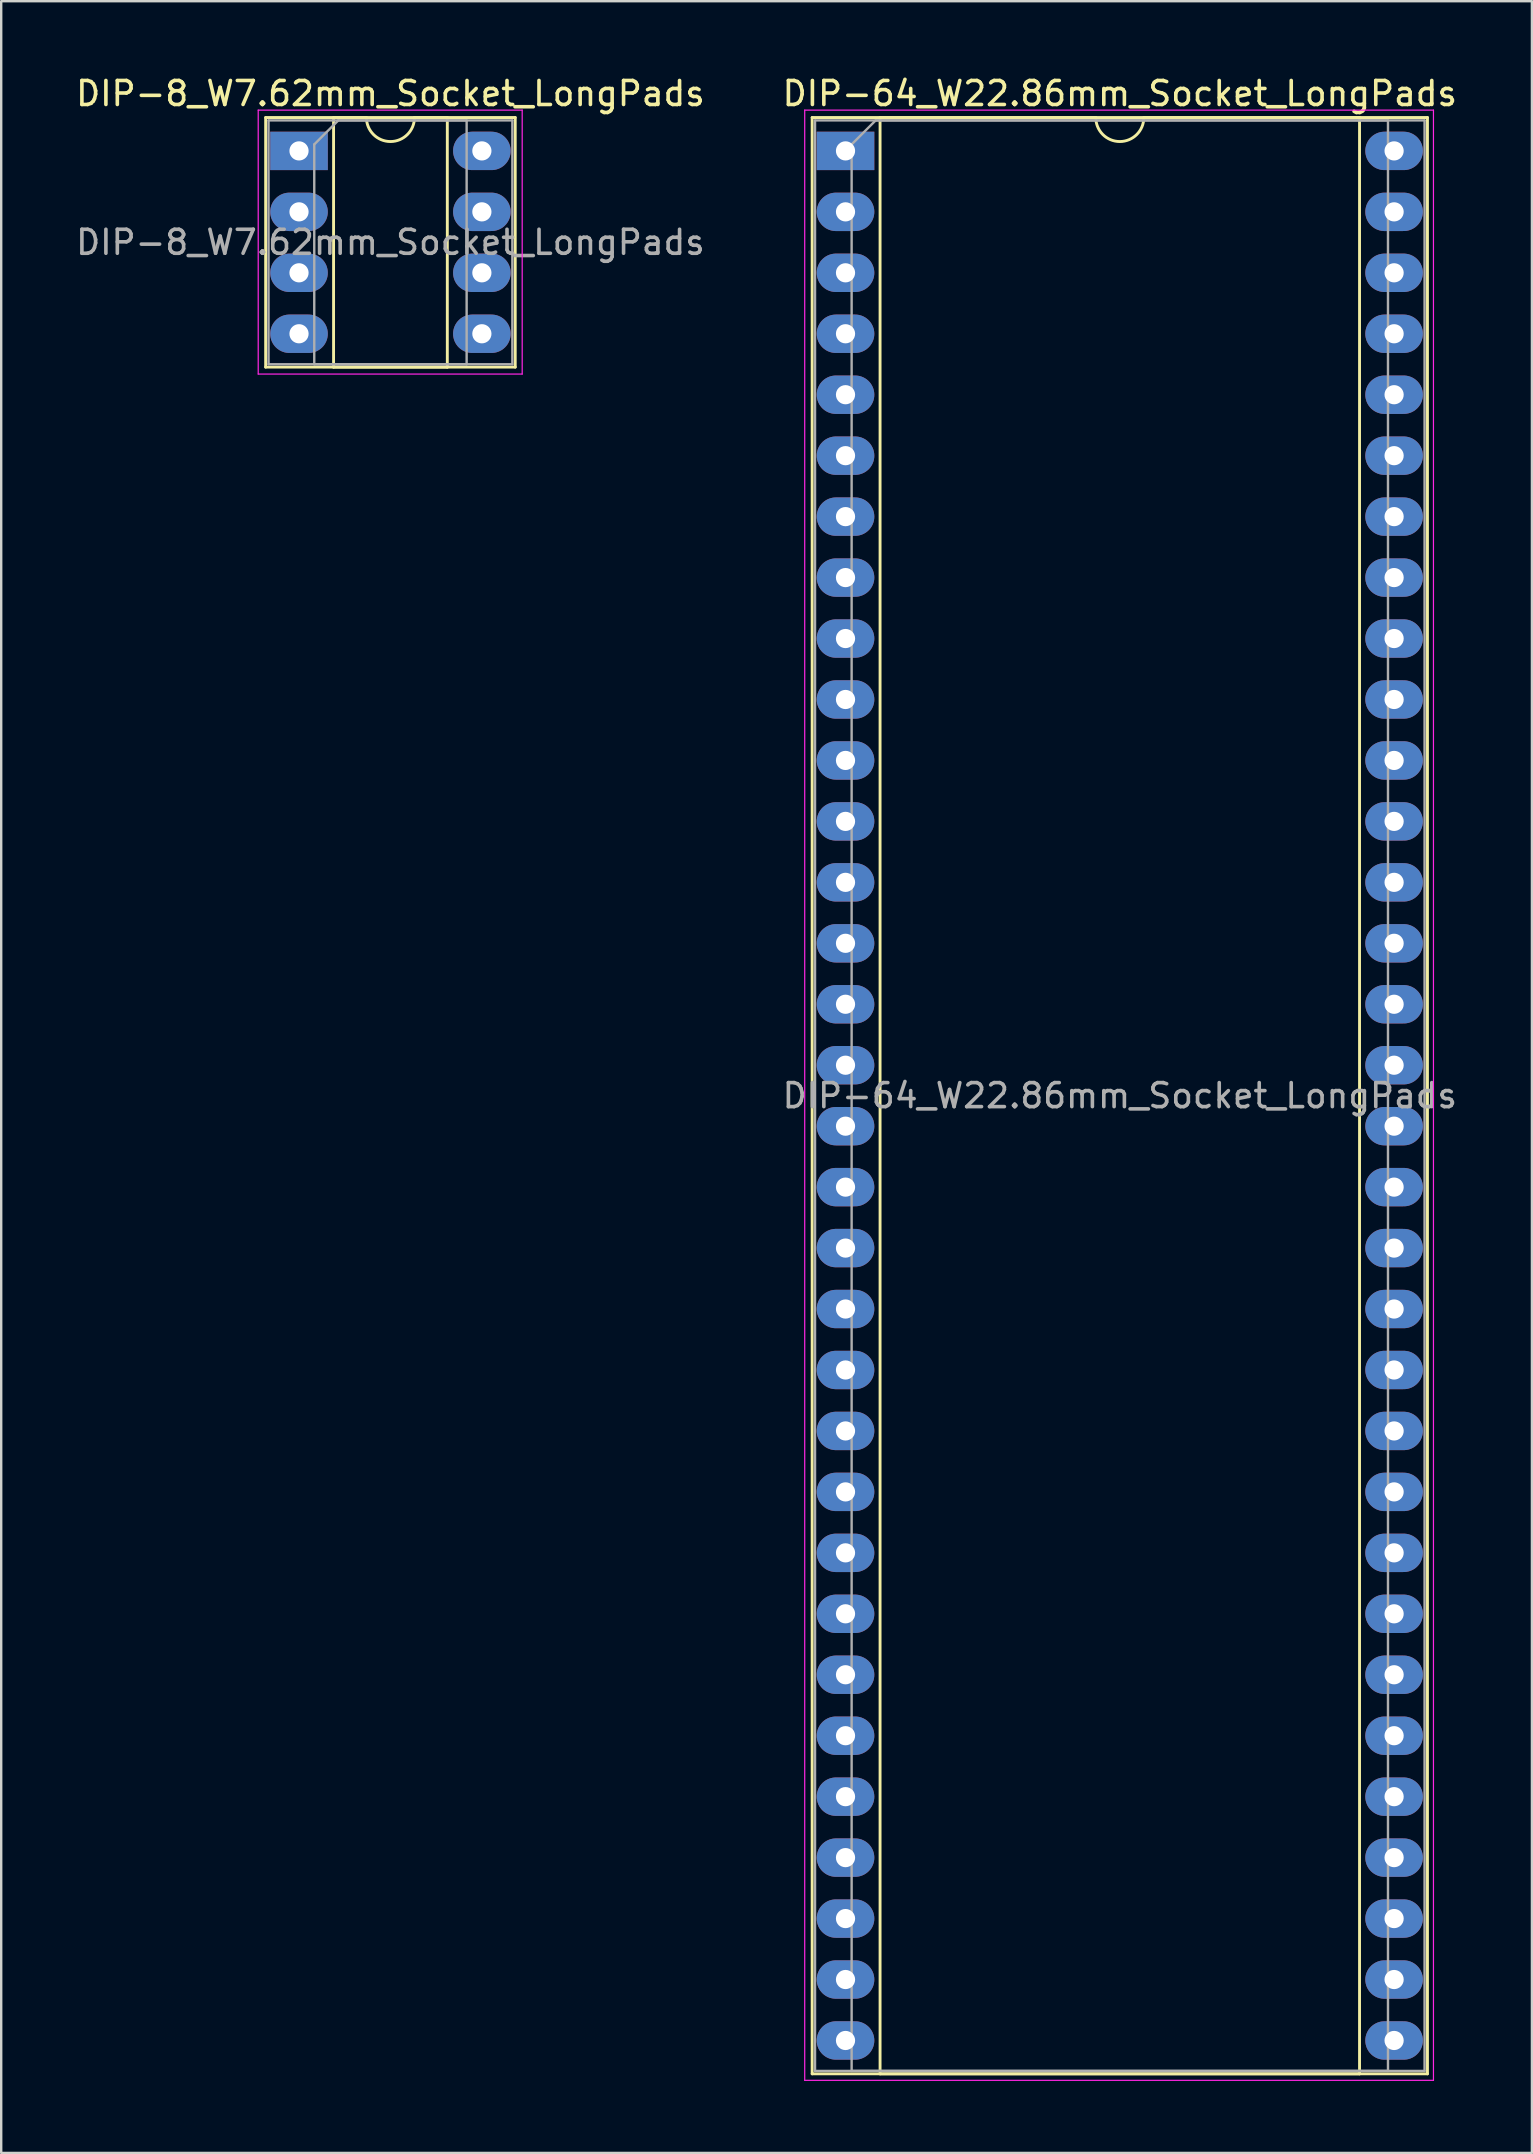
<source format=kicad_pcb>
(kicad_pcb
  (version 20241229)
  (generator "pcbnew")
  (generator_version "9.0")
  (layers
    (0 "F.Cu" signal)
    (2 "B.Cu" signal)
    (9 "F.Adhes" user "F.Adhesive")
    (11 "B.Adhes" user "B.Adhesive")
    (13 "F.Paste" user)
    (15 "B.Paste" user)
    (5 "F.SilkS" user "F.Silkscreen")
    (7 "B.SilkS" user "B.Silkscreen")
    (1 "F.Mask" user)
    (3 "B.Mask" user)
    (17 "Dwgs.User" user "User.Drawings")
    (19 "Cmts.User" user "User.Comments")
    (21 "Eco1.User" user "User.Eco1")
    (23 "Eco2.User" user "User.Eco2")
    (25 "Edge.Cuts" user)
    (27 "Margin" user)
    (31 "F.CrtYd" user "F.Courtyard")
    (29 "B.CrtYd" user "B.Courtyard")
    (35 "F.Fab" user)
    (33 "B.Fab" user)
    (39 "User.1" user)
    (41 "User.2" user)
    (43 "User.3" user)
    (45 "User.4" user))
  (footprint "DIP-8_W7.62mm_Socket_LongPads"
    (layer "F.Cu")
    (at 9.41 3.238)
    (property "Reference" "DIP-8_W7.62mm_Socket_LongPads" (at 3.81 -2.39 0) (layer "F.SilkS") (effects (font (size 1 1) (thickness 0.15))))
    (attr through_hole)
    (fp_line (start -1.39 -1.39) (end -1.39 9.01) (stroke (width 0.12) (type solid)) (layer "F.SilkS"))
    (fp_line (start -1.39 9.01) (end 9.01 9.01) (stroke (width 0.12) (type solid)) (layer "F.SilkS"))
    (fp_line (start 1.44 -1.39) (end 1.44 9.01) (stroke (width 0.12) (type solid)) (layer "F.SilkS"))
    (fp_line (start 1.44 9.01) (end 6.18 9.01) (stroke (width 0.12) (type solid)) (layer "F.SilkS"))
    (fp_line (start 2.81 -1.39) (end 1.44 -1.39) (stroke (width 0.12) (type solid)) (layer "F.SilkS"))
    (fp_line (start 6.18 -1.39) (end 4.81 -1.39) (stroke (width 0.12) (type solid)) (layer "F.SilkS"))
    (fp_line (start 6.18 9.01) (end 6.18 -1.39) (stroke (width 0.12) (type solid)) (layer "F.SilkS"))
    (fp_line (start 9.01 -1.39) (end -1.39 -1.39) (stroke (width 0.12) (type solid)) (layer "F.SilkS"))
    (fp_line (start 9.01 9.01) (end 9.01 -1.39) (stroke (width 0.12) (type solid)) (layer "F.SilkS"))
    (fp_arc (start 4.81 -1.39) (mid 3.81 -0.39) (end 2.81 -1.39) (stroke (width 0.12) (type solid)) (layer "F.SilkS"))
    (fp_line (start -1.7 -1.7) (end -1.7 9.3) (stroke (width 0.05) (type solid)) (layer "F.CrtYd"))
    (fp_line (start -1.7 9.3) (end 9.3 9.3) (stroke (width 0.05) (type solid)) (layer "F.CrtYd"))
    (fp_line (start 9.3 -1.7) (end -1.7 -1.7) (stroke (width 0.05) (type solid)) (layer "F.CrtYd"))
    (fp_line (start 9.3 9.3) (end 9.3 -1.7) (stroke (width 0.05) (type solid)) (layer "F.CrtYd"))
    (fp_line (start -1.27 -1.27) (end -1.27 8.89) (stroke (width 0.1) (type solid)) (layer "F.Fab"))
    (fp_line (start -1.27 8.89) (end 8.89 8.89) (stroke (width 0.1) (type solid)) (layer "F.Fab"))
    (fp_line (start 0.635 -0.27) (end 1.635 -1.27) (stroke (width 0.1) (type solid)) (layer "F.Fab"))
    (fp_line (start 0.635 8.89) (end 0.635 -0.27) (stroke (width 0.1) (type solid)) (layer "F.Fab"))
    (fp_line (start 1.635 -1.27) (end 6.985 -1.27) (stroke (width 0.1) (type solid)) (layer "F.Fab"))
    (fp_line (start 6.985 -1.27) (end 6.985 8.89) (stroke (width 0.1) (type solid)) (layer "F.Fab"))
    (fp_line (start 6.985 8.89) (end 0.635 8.89) (stroke (width 0.1) (type solid)) (layer "F.Fab"))
    (fp_line (start 8.89 -1.27) (end -1.27 -1.27) (stroke (width 0.1) (type solid)) (layer "F.Fab"))
    (fp_line (start 8.89 8.89) (end 8.89 -1.27) (stroke (width 0.1) (type solid)) (layer "F.Fab"))
    (fp_text user "${REFERENCE}" (at 3.81 3.81 0) (layer "F.Fab") (effects (font (size 1 1) (thickness 0.15))))
    (pad "1" thru_hole rect (at 0 0) (size 2.4 1.6) (drill 0.8) (layers "*.Cu" "*.Mask"))
    (pad "2" thru_hole oval (at 0 2.54) (size 2.4 1.6) (drill 0.8) (layers "*.Cu" "*.Mask"))
    (pad "3" thru_hole oval (at 0 5.08) (size 2.4 1.6) (drill 0.8) (layers "*.Cu" "*.Mask"))
    (pad "4" thru_hole oval (at 0 7.62) (size 2.4 1.6) (drill 0.8) (layers "*.Cu" "*.Mask"))
    (pad "5" thru_hole oval (at 7.62 7.62) (size 2.4 1.6) (drill 0.8) (layers "*.Cu" "*.Mask"))
    (pad "6" thru_hole oval (at 7.62 5.08) (size 2.4 1.6) (drill 0.8) (layers "*.Cu" "*.Mask"))
    (pad "7" thru_hole oval (at 7.62 2.54) (size 2.4 1.6) (drill 0.8) (layers "*.Cu" "*.Mask"))
    (pad "8" thru_hole oval (at 7.62 0) (size 2.4 1.6) (drill 0.8) (layers "*.Cu" "*.Mask")))
  (footprint "DIP-64_W22.86mm_Socket_LongPads"
    (layer "F.Cu")
    (at 32.183 3.238)
    (property "Reference" "DIP-64_W22.86mm_Socket_LongPads" (at 11.43 -2.39 0) (layer "F.SilkS") (effects (font (size 1 1) (thickness 0.15))))
    (attr through_hole)
    (fp_line (start -1.39 -1.39) (end -1.39 80.13) (stroke (width 0.12) (type solid)) (layer "F.SilkS"))
    (fp_line (start -1.39 80.13) (end 24.25 80.13) (stroke (width 0.12) (type solid)) (layer "F.SilkS"))
    (fp_line (start 1.44 -1.39) (end 1.44 80.13) (stroke (width 0.12) (type solid)) (layer "F.SilkS"))
    (fp_line (start 1.44 80.13) (end 21.42 80.13) (stroke (width 0.12) (type solid)) (layer "F.SilkS"))
    (fp_line (start 10.43 -1.39) (end 1.44 -1.39) (stroke (width 0.12) (type solid)) (layer "F.SilkS"))
    (fp_line (start 21.42 -1.39) (end 12.43 -1.39) (stroke (width 0.12) (type solid)) (layer "F.SilkS"))
    (fp_line (start 21.42 80.13) (end 21.42 -1.39) (stroke (width 0.12) (type solid)) (layer "F.SilkS"))
    (fp_line (start 24.25 -1.39) (end -1.39 -1.39) (stroke (width 0.12) (type solid)) (layer "F.SilkS"))
    (fp_line (start 24.25 80.13) (end 24.25 -1.39) (stroke (width 0.12) (type solid)) (layer "F.SilkS"))
    (fp_arc (start 12.43 -1.39) (mid 11.43 -0.39) (end 10.43 -1.39) (stroke (width 0.12) (type solid)) (layer "F.SilkS"))
    (fp_line (start -1.7 -1.7) (end -1.7 80.4) (stroke (width 0.05) (type solid)) (layer "F.CrtYd"))
    (fp_line (start -1.7 80.4) (end 24.5 80.4) (stroke (width 0.05) (type solid)) (layer "F.CrtYd"))
    (fp_line (start 24.5 -1.7) (end -1.7 -1.7) (stroke (width 0.05) (type solid)) (layer "F.CrtYd"))
    (fp_line (start 24.5 80.4) (end 24.5 -1.7) (stroke (width 0.05) (type solid)) (layer "F.CrtYd"))
    (fp_line (start -1.27 -1.27) (end -1.27 80.01) (stroke (width 0.1) (type solid)) (layer "F.Fab"))
    (fp_line (start -1.27 80.01) (end 24.13 80.01) (stroke (width 0.1) (type solid)) (layer "F.Fab"))
    (fp_line (start 0.255 -0.27) (end 1.255 -1.27) (stroke (width 0.1) (type solid)) (layer "F.Fab"))
    (fp_line (start 0.255 80.01) (end 0.255 -0.27) (stroke (width 0.1) (type solid)) (layer "F.Fab"))
    (fp_line (start 1.255 -1.27) (end 22.605 -1.27) (stroke (width 0.1) (type solid)) (layer "F.Fab"))
    (fp_line (start 22.605 -1.27) (end 22.605 80.01) (stroke (width 0.1) (type solid)) (layer "F.Fab"))
    (fp_line (start 22.605 80.01) (end 0.255 80.01) (stroke (width 0.1) (type solid)) (layer "F.Fab"))
    (fp_line (start 24.13 -1.27) (end -1.27 -1.27) (stroke (width 0.1) (type solid)) (layer "F.Fab"))
    (fp_line (start 24.13 80.01) (end 24.13 -1.27) (stroke (width 0.1) (type solid)) (layer "F.Fab"))
    (fp_text user "${REFERENCE}" (at 11.43 39.37 0) (layer "F.Fab") (effects (font (size 1 1) (thickness 0.15))))
    (pad "1" thru_hole rect (at 0 0) (size 2.4 1.6) (drill 0.8) (layers "*.Cu" "*.Mask"))
    (pad "2" thru_hole oval (at 0 2.54) (size 2.4 1.6) (drill 0.8) (layers "*.Cu" "*.Mask"))
    (pad "3" thru_hole oval (at 0 5.08) (size 2.4 1.6) (drill 0.8) (layers "*.Cu" "*.Mask"))
    (pad "4" thru_hole oval (at 0 7.62) (size 2.4 1.6) (drill 0.8) (layers "*.Cu" "*.Mask"))
    (pad "5" thru_hole oval (at 0 10.16) (size 2.4 1.6) (drill 0.8) (layers "*.Cu" "*.Mask"))
    (pad "6" thru_hole oval (at 0 12.7) (size 2.4 1.6) (drill 0.8) (layers "*.Cu" "*.Mask"))
    (pad "7" thru_hole oval (at 0 15.24) (size 2.4 1.6) (drill 0.8) (layers "*.Cu" "*.Mask"))
    (pad "8" thru_hole oval (at 0 17.78) (size 2.4 1.6) (drill 0.8) (layers "*.Cu" "*.Mask"))
    (pad "9" thru_hole oval (at 0 20.32) (size 2.4 1.6) (drill 0.8) (layers "*.Cu" "*.Mask"))
    (pad "10" thru_hole oval (at 0 22.86) (size 2.4 1.6) (drill 0.8) (layers "*.Cu" "*.Mask"))
    (pad "11" thru_hole oval (at 0 25.4) (size 2.4 1.6) (drill 0.8) (layers "*.Cu" "*.Mask"))
    (pad "12" thru_hole oval (at 0 27.94) (size 2.4 1.6) (drill 0.8) (layers "*.Cu" "*.Mask"))
    (pad "13" thru_hole oval (at 0 30.48) (size 2.4 1.6) (drill 0.8) (layers "*.Cu" "*.Mask"))
    (pad "14" thru_hole oval (at 0 33.02) (size 2.4 1.6) (drill 0.8) (layers "*.Cu" "*.Mask"))
    (pad "15" thru_hole oval (at 0 35.56) (size 2.4 1.6) (drill 0.8) (layers "*.Cu" "*.Mask"))
    (pad "16" thru_hole oval (at 0 38.1) (size 2.4 1.6) (drill 0.8) (layers "*.Cu" "*.Mask"))
    (pad "17" thru_hole oval (at 0 40.64) (size 2.4 1.6) (drill 0.8) (layers "*.Cu" "*.Mask"))
    (pad "18" thru_hole oval (at 0 43.18) (size 2.4 1.6) (drill 0.8) (layers "*.Cu" "*.Mask"))
    (pad "19" thru_hole oval (at 0 45.72) (size 2.4 1.6) (drill 0.8) (layers "*.Cu" "*.Mask"))
    (pad "20" thru_hole oval (at 0 48.26) (size 2.4 1.6) (drill 0.8) (layers "*.Cu" "*.Mask"))
    (pad "21" thru_hole oval (at 0 50.8) (size 2.4 1.6) (drill 0.8) (layers "*.Cu" "*.Mask"))
    (pad "22" thru_hole oval (at 0 53.34) (size 2.4 1.6) (drill 0.8) (layers "*.Cu" "*.Mask"))
    (pad "23" thru_hole oval (at 0 55.88) (size 2.4 1.6) (drill 0.8) (layers "*.Cu" "*.Mask"))
    (pad "24" thru_hole oval (at 0 58.42) (size 2.4 1.6) (drill 0.8) (layers "*.Cu" "*.Mask"))
    (pad "25" thru_hole oval (at 0 60.96) (size 2.4 1.6) (drill 0.8) (layers "*.Cu" "*.Mask"))
    (pad "26" thru_hole oval (at 0 63.5) (size 2.4 1.6) (drill 0.8) (layers "*.Cu" "*.Mask"))
    (pad "27" thru_hole oval (at 0 66.04) (size 2.4 1.6) (drill 0.8) (layers "*.Cu" "*.Mask"))
    (pad "28" thru_hole oval (at 0 68.58) (size 2.4 1.6) (drill 0.8) (layers "*.Cu" "*.Mask"))
    (pad "29" thru_hole oval (at 0 71.12) (size 2.4 1.6) (drill 0.8) (layers "*.Cu" "*.Mask"))
    (pad "30" thru_hole oval (at 0 73.66) (size 2.4 1.6) (drill 0.8) (layers "*.Cu" "*.Mask"))
    (pad "31" thru_hole oval (at 0 76.2) (size 2.4 1.6) (drill 0.8) (layers "*.Cu" "*.Mask"))
    (pad "32" thru_hole oval (at 0 78.74) (size 2.4 1.6) (drill 0.8) (layers "*.Cu" "*.Mask"))
    (pad "33" thru_hole oval (at 22.86 78.74) (size 2.4 1.6) (drill 0.8) (layers "*.Cu" "*.Mask"))
    (pad "34" thru_hole oval (at 22.86 76.2) (size 2.4 1.6) (drill 0.8) (layers "*.Cu" "*.Mask"))
    (pad "35" thru_hole oval (at 22.86 73.66) (size 2.4 1.6) (drill 0.8) (layers "*.Cu" "*.Mask"))
    (pad "36" thru_hole oval (at 22.86 71.12) (size 2.4 1.6) (drill 0.8) (layers "*.Cu" "*.Mask"))
    (pad "37" thru_hole oval (at 22.86 68.58) (size 2.4 1.6) (drill 0.8) (layers "*.Cu" "*.Mask"))
    (pad "38" thru_hole oval (at 22.86 66.04) (size 2.4 1.6) (drill 0.8) (layers "*.Cu" "*.Mask"))
    (pad "39" thru_hole oval (at 22.86 63.5) (size 2.4 1.6) (drill 0.8) (layers "*.Cu" "*.Mask"))
    (pad "40" thru_hole oval (at 22.86 60.96) (size 2.4 1.6) (drill 0.8) (layers "*.Cu" "*.Mask"))
    (pad "41" thru_hole oval (at 22.86 58.42) (size 2.4 1.6) (drill 0.8) (layers "*.Cu" "*.Mask"))
    (pad "42" thru_hole oval (at 22.86 55.88) (size 2.4 1.6) (drill 0.8) (layers "*.Cu" "*.Mask"))
    (pad "43" thru_hole oval (at 22.86 53.34) (size 2.4 1.6) (drill 0.8) (layers "*.Cu" "*.Mask"))
    (pad "44" thru_hole oval (at 22.86 50.8) (size 2.4 1.6) (drill 0.8) (layers "*.Cu" "*.Mask"))
    (pad "45" thru_hole oval (at 22.86 48.26) (size 2.4 1.6) (drill 0.8) (layers "*.Cu" "*.Mask"))
    (pad "46" thru_hole oval (at 22.86 45.72) (size 2.4 1.6) (drill 0.8) (layers "*.Cu" "*.Mask"))
    (pad "47" thru_hole oval (at 22.86 43.18) (size 2.4 1.6) (drill 0.8) (layers "*.Cu" "*.Mask"))
    (pad "48" thru_hole oval (at 22.86 40.64) (size 2.4 1.6) (drill 0.8) (layers "*.Cu" "*.Mask"))
    (pad "49" thru_hole oval (at 22.86 38.1) (size 2.4 1.6) (drill 0.8) (layers "*.Cu" "*.Mask"))
    (pad "50" thru_hole oval (at 22.86 35.56) (size 2.4 1.6) (drill 0.8) (layers "*.Cu" "*.Mask"))
    (pad "51" thru_hole oval (at 22.86 33.02) (size 2.4 1.6) (drill 0.8) (layers "*.Cu" "*.Mask"))
    (pad "52" thru_hole oval (at 22.86 30.48) (size 2.4 1.6) (drill 0.8) (layers "*.Cu" "*.Mask"))
    (pad "53" thru_hole oval (at 22.86 27.94) (size 2.4 1.6) (drill 0.8) (layers "*.Cu" "*.Mask"))
    (pad "54" thru_hole oval (at 22.86 25.4) (size 2.4 1.6) (drill 0.8) (layers "*.Cu" "*.Mask"))
    (pad "55" thru_hole oval (at 22.86 22.86) (size 2.4 1.6) (drill 0.8) (layers "*.Cu" "*.Mask"))
    (pad "56" thru_hole oval (at 22.86 20.32) (size 2.4 1.6) (drill 0.8) (layers "*.Cu" "*.Mask"))
    (pad "57" thru_hole oval (at 22.86 17.78) (size 2.4 1.6) (drill 0.8) (layers "*.Cu" "*.Mask"))
    (pad "58" thru_hole oval (at 22.86 15.24) (size 2.4 1.6) (drill 0.8) (layers "*.Cu" "*.Mask"))
    (pad "59" thru_hole oval (at 22.86 12.7) (size 2.4 1.6) (drill 0.8) (layers "*.Cu" "*.Mask"))
    (pad "60" thru_hole oval (at 22.86 10.16) (size 2.4 1.6) (drill 0.8) (layers "*.Cu" "*.Mask"))
    (pad "61" thru_hole oval (at 22.86 7.62) (size 2.4 1.6) (drill 0.8) (layers "*.Cu" "*.Mask"))
    (pad "62" thru_hole oval (at 22.86 5.08) (size 2.4 1.6) (drill 0.8) (layers "*.Cu" "*.Mask"))
    (pad "63" thru_hole oval (at 22.86 2.54) (size 2.4 1.6) (drill 0.8) (layers "*.Cu" "*.Mask"))
    (pad "64" thru_hole oval (at 22.86 0) (size 2.4 1.6) (drill 0.8) (layers "*.Cu" "*.Mask")))
  (gr_rect
    (start -3 -3)
    (end 60.786 86.663)
    (stroke (width 0.1) (type default))
    (fill no)
    (layer "Edge.Cuts")))
</source>
